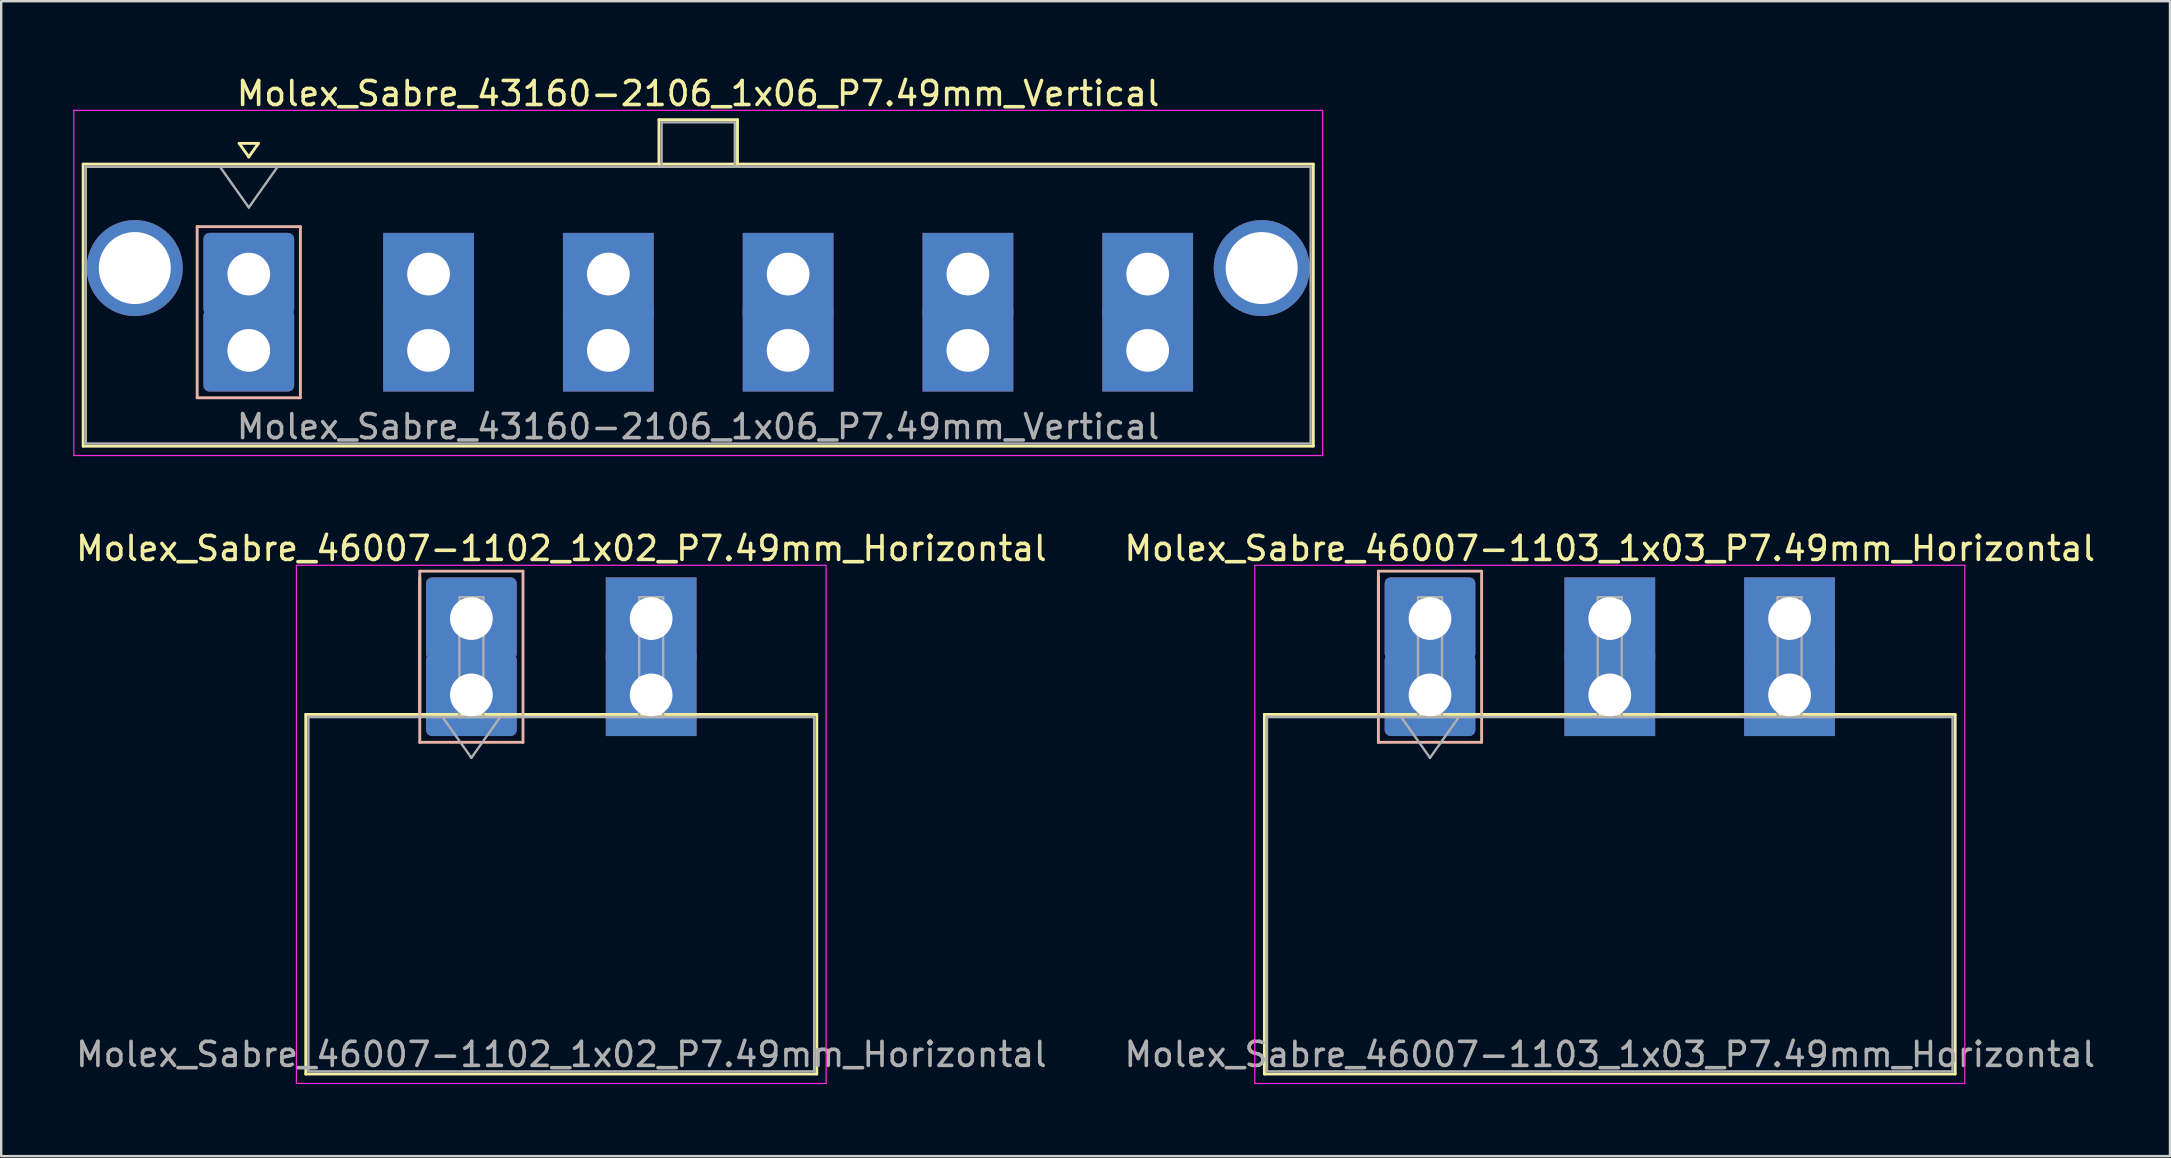
<source format=kicad_pcb>
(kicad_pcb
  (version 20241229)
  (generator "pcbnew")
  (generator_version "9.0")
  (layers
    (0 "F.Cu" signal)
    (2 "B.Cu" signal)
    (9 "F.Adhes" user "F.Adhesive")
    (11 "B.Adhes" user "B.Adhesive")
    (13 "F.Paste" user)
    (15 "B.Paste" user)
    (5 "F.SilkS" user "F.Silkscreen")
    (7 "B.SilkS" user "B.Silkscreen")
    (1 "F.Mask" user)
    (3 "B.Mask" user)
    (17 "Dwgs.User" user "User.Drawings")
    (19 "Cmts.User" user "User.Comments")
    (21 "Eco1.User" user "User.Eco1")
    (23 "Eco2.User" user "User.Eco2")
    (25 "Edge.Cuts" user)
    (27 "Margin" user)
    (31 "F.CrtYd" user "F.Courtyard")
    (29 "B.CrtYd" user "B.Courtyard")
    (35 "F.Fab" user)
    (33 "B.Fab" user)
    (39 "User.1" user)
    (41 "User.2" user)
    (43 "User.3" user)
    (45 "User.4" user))
  (footprint "Molex_Sabre_46007-1102_1x02_P7.49mm_Horizontal"
    (layer "F.Cu")
    (at 16.589 25.901)
    (property "Reference" "Molex_Sabre_46007-1102_1x02_P7.49mm_Horizontal" (at 3.75 -6.1 0) (layer "F.SilkS") (effects (font (size 1 1) (thickness 0.15))))
    (attr through_hole)
    (fp_line (start -6.9 0.815) (end -6.9 15.795) (stroke (width 0.12) (type solid)) (layer "F.SilkS"))
    (fp_line (start -6.9 15.795) (end 14.39 15.795) (stroke (width 0.12) (type solid)) (layer "F.SilkS"))
    (fp_line (start -2.15 0.815) (end -2.15 -4.895) (stroke (width 0.12) (type solid)) (layer "F.SilkS"))
    (fp_line (start 2.15 0.815) (end 5.34 0.815) (stroke (width 0.12) (type solid)) (layer "F.SilkS"))
    (fp_line (start 14.39 0.815) (end -6.9 0.815) (stroke (width 0.12) (type solid)) (layer "F.SilkS"))
    (fp_line (start 14.39 15.795) (end 14.39 0.815) (stroke (width 0.12) (type solid)) (layer "F.SilkS"))
    (fp_line (start -2.15 -5.155) (end -2.15 1.975) (stroke (width 0.12) (type solid)) (layer "B.SilkS"))
    (fp_line (start -2.15 1.975) (end 2.15 1.975) (stroke (width 0.12) (type solid)) (layer "B.SilkS"))
    (fp_line (start 2.15 -5.155) (end -2.15 -5.155) (stroke (width 0.12) (type solid)) (layer "B.SilkS"))
    (fp_line (start 2.15 1.975) (end 2.15 -5.155) (stroke (width 0.12) (type solid)) (layer "B.SilkS"))
    (fp_line (start -7.29 -5.4) (end -7.29 16.19) (stroke (width 0.05) (type solid)) (layer "F.CrtYd"))
    (fp_line (start -7.29 16.19) (end 14.78 16.19) (stroke (width 0.05) (type solid)) (layer "F.CrtYd"))
    (fp_line (start 14.78 -5.4) (end -7.29 -5.4) (stroke (width 0.05) (type solid)) (layer "F.CrtYd"))
    (fp_line (start 14.78 16.19) (end 14.78 -5.4) (stroke (width 0.05) (type solid)) (layer "F.CrtYd"))
    (fp_line (start -6.79 0.925) (end -6.79 15.685) (stroke (width 0.1) (type solid)) (layer "F.Fab"))
    (fp_line (start -6.79 15.685) (end 14.28 15.685) (stroke (width 0.1) (type solid)) (layer "F.Fab"))
    (fp_line (start -1.2 0.925) (end 0 2.622) (stroke (width 0.1) (type solid)) (layer "F.Fab"))
    (fp_line (start -0.5 -4.07) (end 0.5 -4.07) (stroke (width 0.1) (type solid)) (layer "F.Fab"))
    (fp_line (start -0.5 0.925) (end -0.5 -4.07) (stroke (width 0.1) (type solid)) (layer "F.Fab"))
    (fp_line (start 0 2.622) (end 1.2 0.925) (stroke (width 0.1) (type solid)) (layer "F.Fab"))
    (fp_line (start 0.5 -4.07) (end 0.5 0.925) (stroke (width 0.1) (type solid)) (layer "F.Fab"))
    (fp_line (start 0.5 0.925) (end -0.5 0.925) (stroke (width 0.1) (type solid)) (layer "F.Fab"))
    (fp_line (start 6.99 -4.07) (end 7.99 -4.07) (stroke (width 0.1) (type solid)) (layer "F.Fab"))
    (fp_line (start 6.99 0.925) (end 6.99 -4.07) (stroke (width 0.1) (type solid)) (layer "F.Fab"))
    (fp_line (start 7.99 -4.07) (end 7.99 0.925) (stroke (width 0.1) (type solid)) (layer "F.Fab"))
    (fp_line (start 7.99 0.925) (end 6.99 0.925) (stroke (width 0.1) (type solid)) (layer "F.Fab"))
    (fp_line (start 14.28 0.925) (end -6.79 0.925) (stroke (width 0.1) (type solid)) (layer "F.Fab"))
    (fp_line (start 14.28 15.685) (end 14.28 0.925) (stroke (width 0.1) (type solid)) (layer "F.Fab"))
    (fp_text user "${REFERENCE}" (at 3.75 14.98 0) (layer "F.Fab") (effects (font (size 1 1) (thickness 0.15))))
    (pad "1" thru_hole roundrect (at 0 -3.18) (size 3.78 3.43) (drill 1.78) (layers "*.Cu" "*.Mask") (roundrect_rratio 0.073))
    (pad "1" thru_hole roundrect (at 0 0) (size 3.78 3.43) (drill 1.78) (layers "*.Cu" "*.Mask") (roundrect_rratio 0.073))
    (pad "2" thru_hole rect (at 7.49 -3.18) (size 3.78 3.43) (drill 1.78) (layers "*.Cu" "*.Mask"))
    (pad "2" thru_hole rect (at 7.49 0) (size 3.78 3.43) (drill 1.78) (layers "*.Cu" "*.Mask")))
  (footprint "Molex_Sabre_46007-1103_1x03_P7.49mm_Horizontal"
    (layer "F.Cu")
    (at 56.528 25.901)
    (property "Reference" "Molex_Sabre_46007-1103_1x03_P7.49mm_Horizontal" (at 7.49 -6.1 0) (layer "F.SilkS") (effects (font (size 1 1) (thickness 0.15))))
    (attr through_hole)
    (fp_line (start -6.9 0.815) (end -6.9 15.795) (stroke (width 0.12) (type solid)) (layer "F.SilkS"))
    (fp_line (start -6.9 15.795) (end 21.88 15.795) (stroke (width 0.12) (type solid)) (layer "F.SilkS"))
    (fp_line (start -2.15 0.815) (end -2.15 -4.895) (stroke (width 0.12) (type solid)) (layer "F.SilkS"))
    (fp_line (start 2.15 0.815) (end 5.34 0.815) (stroke (width 0.12) (type solid)) (layer "F.SilkS"))
    (fp_line (start 9.64 0.815) (end 12.83 0.815) (stroke (width 0.12) (type solid)) (layer "F.SilkS"))
    (fp_line (start 21.88 0.815) (end -6.9 0.815) (stroke (width 0.12) (type solid)) (layer "F.SilkS"))
    (fp_line (start 21.88 15.795) (end 21.88 0.815) (stroke (width 0.12) (type solid)) (layer "F.SilkS"))
    (fp_line (start -2.15 -5.155) (end -2.15 1.975) (stroke (width 0.12) (type solid)) (layer "B.SilkS"))
    (fp_line (start -2.15 1.975) (end 2.15 1.975) (stroke (width 0.12) (type solid)) (layer "B.SilkS"))
    (fp_line (start 2.15 -5.155) (end -2.15 -5.155) (stroke (width 0.12) (type solid)) (layer "B.SilkS"))
    (fp_line (start 2.15 1.975) (end 2.15 -5.155) (stroke (width 0.12) (type solid)) (layer "B.SilkS"))
    (fp_line (start -7.3 -5.4) (end -7.3 16.19) (stroke (width 0.05) (type solid)) (layer "F.CrtYd"))
    (fp_line (start -7.3 16.19) (end 22.28 16.19) (stroke (width 0.05) (type solid)) (layer "F.CrtYd"))
    (fp_line (start 22.28 -5.4) (end -7.3 -5.4) (stroke (width 0.05) (type solid)) (layer "F.CrtYd"))
    (fp_line (start 22.28 16.19) (end 22.28 -5.4) (stroke (width 0.05) (type solid)) (layer "F.CrtYd"))
    (fp_line (start -6.79 0.925) (end -6.79 15.685) (stroke (width 0.1) (type solid)) (layer "F.Fab"))
    (fp_line (start -6.79 15.685) (end 21.77 15.685) (stroke (width 0.1) (type solid)) (layer "F.Fab"))
    (fp_line (start -1.2 0.925) (end 0 2.622) (stroke (width 0.1) (type solid)) (layer "F.Fab"))
    (fp_line (start -0.5 -4.07) (end 0.5 -4.07) (stroke (width 0.1) (type solid)) (layer "F.Fab"))
    (fp_line (start -0.5 0.925) (end -0.5 -4.07) (stroke (width 0.1) (type solid)) (layer "F.Fab"))
    (fp_line (start 0 2.622) (end 1.2 0.925) (stroke (width 0.1) (type solid)) (layer "F.Fab"))
    (fp_line (start 0.5 -4.07) (end 0.5 0.925) (stroke (width 0.1) (type solid)) (layer "F.Fab"))
    (fp_line (start 0.5 0.925) (end -0.5 0.925) (stroke (width 0.1) (type solid)) (layer "F.Fab"))
    (fp_line (start 6.99 -4.07) (end 7.99 -4.07) (stroke (width 0.1) (type solid)) (layer "F.Fab"))
    (fp_line (start 6.99 0.925) (end 6.99 -4.07) (stroke (width 0.1) (type solid)) (layer "F.Fab"))
    (fp_line (start 7.99 -4.07) (end 7.99 0.925) (stroke (width 0.1) (type solid)) (layer "F.Fab"))
    (fp_line (start 7.99 0.925) (end 6.99 0.925) (stroke (width 0.1) (type solid)) (layer "F.Fab"))
    (fp_line (start 14.48 -4.07) (end 15.48 -4.07) (stroke (width 0.1) (type solid)) (layer "F.Fab"))
    (fp_line (start 14.48 0.925) (end 14.48 -4.07) (stroke (width 0.1) (type solid)) (layer "F.Fab"))
    (fp_line (start 15.48 -4.07) (end 15.48 0.925) (stroke (width 0.1) (type solid)) (layer "F.Fab"))
    (fp_line (start 15.48 0.925) (end 14.48 0.925) (stroke (width 0.1) (type solid)) (layer "F.Fab"))
    (fp_line (start 21.77 0.925) (end -6.79 0.925) (stroke (width 0.1) (type solid)) (layer "F.Fab"))
    (fp_line (start 21.77 15.685) (end 21.77 0.925) (stroke (width 0.1) (type solid)) (layer "F.Fab"))
    (fp_text user "${REFERENCE}" (at 7.49 14.98 0) (layer "F.Fab") (effects (font (size 1 1) (thickness 0.15))))
    (pad "1" thru_hole roundrect (at 0 -3.18) (size 3.78 3.43) (drill 1.78) (layers "*.Cu" "*.Mask") (roundrect_rratio 0.073))
    (pad "1" thru_hole roundrect (at 0 0) (size 3.78 3.43) (drill 1.78) (layers "*.Cu" "*.Mask") (roundrect_rratio 0.073))
    (pad "2" thru_hole rect (at 7.49 -3.18) (size 3.78 3.43) (drill 1.78) (layers "*.Cu" "*.Mask"))
    (pad "2" thru_hole rect (at 7.49 0) (size 3.78 3.43) (drill 1.78) (layers "*.Cu" "*.Mask"))
    (pad "3" thru_hole rect (at 14.98 -3.18) (size 3.78 3.43) (drill 1.78) (layers "*.Cu" "*.Mask"))
    (pad "3" thru_hole rect (at 14.98 0) (size 3.78 3.43) (drill 1.78) (layers "*.Cu" "*.Mask")))
  (footprint "Molex_Sabre_43160-2106_1x06_P7.49mm_Vertical"
    (layer "F.Cu")
    (at 7.315 11.548)
    (property "Reference" "Molex_Sabre_43160-2106_1x06_P7.49mm_Vertical" (at 18.72 -10.7 0) (layer "F.SilkS") (effects (font (size 1 1) (thickness 0.15))))
    (attr through_hole)
    (fp_line (start -6.9 -7.76) (end -6.9 3.99) (stroke (width 0.12) (type solid)) (layer "F.SilkS"))
    (fp_line (start -6.9 3.99) (end 44.35 3.99) (stroke (width 0.12) (type solid)) (layer "F.SilkS"))
    (fp_line (start -0.4 -8.626) (end 0 -8.06) (stroke (width 0.12) (type solid)) (layer "F.SilkS"))
    (fp_line (start 0 -8.06) (end 0.4 -8.626) (stroke (width 0.12) (type solid)) (layer "F.SilkS"))
    (fp_line (start 0.4 -8.626) (end -0.4 -8.626) (stroke (width 0.12) (type solid)) (layer "F.SilkS"))
    (fp_line (start 17.09 -9.61) (end 20.36 -9.61) (stroke (width 0.12) (type solid)) (layer "F.SilkS"))
    (fp_line (start 17.09 -7.76) (end 17.09 -9.61) (stroke (width 0.12) (type solid)) (layer "F.SilkS"))
    (fp_line (start 20.36 -9.61) (end 20.36 -7.76) (stroke (width 0.12) (type solid)) (layer "F.SilkS"))
    (fp_line (start 44.35 -7.76) (end -6.9 -7.76) (stroke (width 0.12) (type solid)) (layer "F.SilkS"))
    (fp_line (start 44.35 3.99) (end 44.35 -7.76) (stroke (width 0.12) (type solid)) (layer "F.SilkS"))
    (fp_line (start -2.15 -5.155) (end -2.15 1.975) (stroke (width 0.12) (type solid)) (layer "B.SilkS"))
    (fp_line (start -2.15 1.975) (end 2.15 1.975) (stroke (width 0.12) (type solid)) (layer "B.SilkS"))
    (fp_line (start 2.15 -5.155) (end -2.15 -5.155) (stroke (width 0.12) (type solid)) (layer "B.SilkS"))
    (fp_line (start 2.15 1.975) (end 2.15 -5.155) (stroke (width 0.12) (type solid)) (layer "B.SilkS"))
    (fp_line (start -7.29 -10) (end -7.29 4.38) (stroke (width 0.05) (type solid)) (layer "F.CrtYd"))
    (fp_line (start -7.29 4.38) (end 44.74 4.38) (stroke (width 0.05) (type solid)) (layer "F.CrtYd"))
    (fp_line (start 44.74 -10) (end -7.29 -10) (stroke (width 0.05) (type solid)) (layer "F.CrtYd"))
    (fp_line (start 44.74 4.38) (end 44.74 -10) (stroke (width 0.05) (type solid)) (layer "F.CrtYd"))
    (fp_line (start -6.79 -7.65) (end -6.79 3.88) (stroke (width 0.1) (type solid)) (layer "F.Fab"))
    (fp_line (start -6.79 3.88) (end 44.24 3.88) (stroke (width 0.1) (type solid)) (layer "F.Fab"))
    (fp_line (start -1.2 -7.65) (end 0 -5.953) (stroke (width 0.1) (type solid)) (layer "F.Fab"))
    (fp_line (start 0 -5.953) (end 1.2 -7.65) (stroke (width 0.1) (type solid)) (layer "F.Fab"))
    (fp_line (start 17.2 -9.5) (end 20.25 -9.5) (stroke (width 0.1) (type solid)) (layer "F.Fab"))
    (fp_line (start 17.2 -7.65) (end 17.2 -9.5) (stroke (width 0.1) (type solid)) (layer "F.Fab"))
    (fp_line (start 20.25 -9.5) (end 20.25 -7.65) (stroke (width 0.1) (type solid)) (layer "F.Fab"))
    (fp_line (start 44.24 -7.65) (end -6.79 -7.65) (stroke (width 0.1) (type solid)) (layer "F.Fab"))
    (fp_line (start 44.24 3.88) (end 44.24 -7.65) (stroke (width 0.1) (type solid)) (layer "F.Fab"))
    (fp_text user "${REFERENCE}" (at 18.72 3.18 0) (layer "F.Fab") (effects (font (size 1 1) (thickness 0.15))))
    (pad "" thru_hole circle (at -4.75 -3.43) (size 4 4) (drill 3) (layers "*.Cu" "*.Mask"))
    (pad "" thru_hole circle (at 42.2 -3.43) (size 4 4) (drill 3) (layers "*.Cu" "*.Mask"))
    (pad "1" thru_hole roundrect (at 0 -3.18) (size 3.78 3.43) (drill 1.78) (layers "*.Cu" "*.Mask") (roundrect_rratio 0.073))
    (pad "1" thru_hole roundrect (at 0 0) (size 3.78 3.43) (drill 1.78) (layers "*.Cu" "*.Mask") (roundrect_rratio 0.073))
    (pad "2" thru_hole rect (at 7.49 -3.18) (size 3.78 3.43) (drill 1.78) (layers "*.Cu" "*.Mask"))
    (pad "2" thru_hole rect (at 7.49 0) (size 3.78 3.43) (drill 1.78) (layers "*.Cu" "*.Mask"))
    (pad "3" thru_hole rect (at 14.98 -3.18) (size 3.78 3.43) (drill 1.78) (layers "*.Cu" "*.Mask"))
    (pad "3" thru_hole rect (at 14.98 0) (size 3.78 3.43) (drill 1.78) (layers "*.Cu" "*.Mask"))
    (pad "4" thru_hole rect (at 22.47 -3.18) (size 3.78 3.43) (drill 1.78) (layers "*.Cu" "*.Mask"))
    (pad "4" thru_hole rect (at 22.47 0) (size 3.78 3.43) (drill 1.78) (layers "*.Cu" "*.Mask"))
    (pad "5" thru_hole rect (at 29.96 -3.18) (size 3.78 3.43) (drill 1.78) (layers "*.Cu" "*.Mask"))
    (pad "5" thru_hole rect (at 29.96 0) (size 3.78 3.43) (drill 1.78) (layers "*.Cu" "*.Mask"))
    (pad "6" thru_hole rect (at 37.45 -3.18) (size 3.78 3.43) (drill 1.78) (layers "*.Cu" "*.Mask"))
    (pad "6" thru_hole rect (at 37.45 0) (size 3.78 3.43) (drill 1.78) (layers "*.Cu" "*.Mask")))
  (gr_rect
    (start -3 -3)
    (end 87.357 45.117)
    (stroke (width 0.1) (type default))
    (fill no)
    (layer "Edge.Cuts")))
</source>
